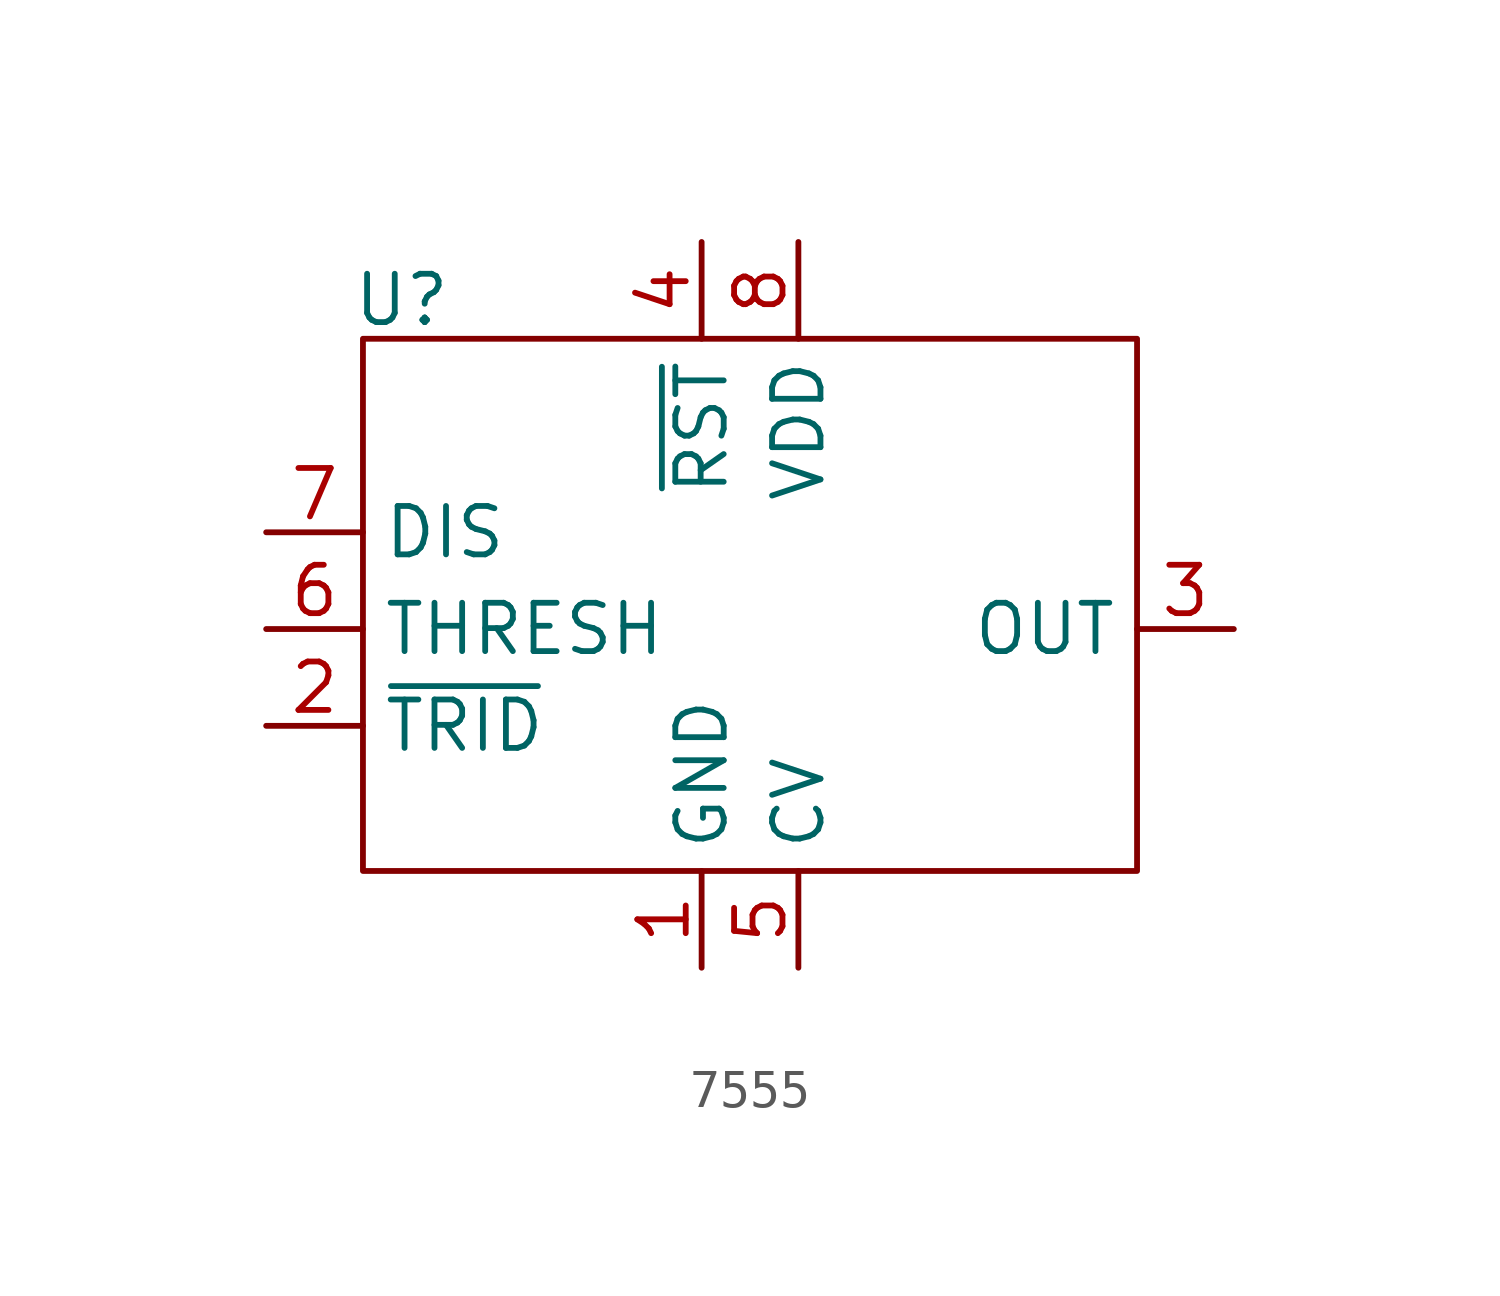
<source format=kicad_sym>
(kicad_symbol_lib
  (version 20231120)
  (generator "kicad_symbol_editor")
  (generator_version "8.0")
  (symbol "7555"
    (property "Reference" "U"
      (at -9.144 8.636 0)
      (effects (font (size 1.27 1.27))))
    (property "Value" ""
      (at 0 2.54 0)
      (effects (font (size 1.27 1.27))))
    (symbol "7555_0_1"
      (rectangle (start -10.16 7.62) (end 10.16 -6.35) (stroke (width 0) (type default)) (fill (type none))))
    (symbol "7555_1_1"
      (pin input line (at -1.27 -8.89 90) (length 2.54) (name "GND" (effects (font (size 1.27 1.27)))) (number "1" (effects (font (size 1.27 1.27)))))
      (pin input line (at -12.7 -2.54 0) (length 2.54) (name "~{TRID}" (effects (font (size 1.27 1.27)))) (number "2" (effects (font (size 1.27 1.27)))))
      (pin input line (at 12.7 0 180) (length 2.54) (name "OUT" (effects (font (size 1.27 1.27)))) (number "3" (effects (font (size 1.27 1.27)))))
      (pin input line (at -1.27 10.16 270) (length 2.54) (name "~{RST}" (effects (font (size 1.27 1.27)))) (number "4" (effects (font (size 1.27 1.27)))))
      (pin input line (at 1.27 -8.89 90) (length 2.54) (name "CV" (effects (font (size 1.27 1.27)))) (number "5" (effects (font (size 1.27 1.27)))))
      (pin input line (at -12.7 0 0) (length 2.54) (name "THRESH" (effects (font (size 1.27 1.27)))) (number "6" (effects (font (size 1.27 1.27)))))
      (pin input line (at -12.7 2.54 0) (length 2.54) (name "DIS" (effects (font (size 1.27 1.27)))) (number "7" (effects (font (size 1.27 1.27)))))
      (pin input line (at 1.27 10.16 270) (length 2.54) (name "VDD" (effects (font (size 1.27 1.27)))) (number "8" (effects (font (size 1.27 1.27))))))))
</source>
